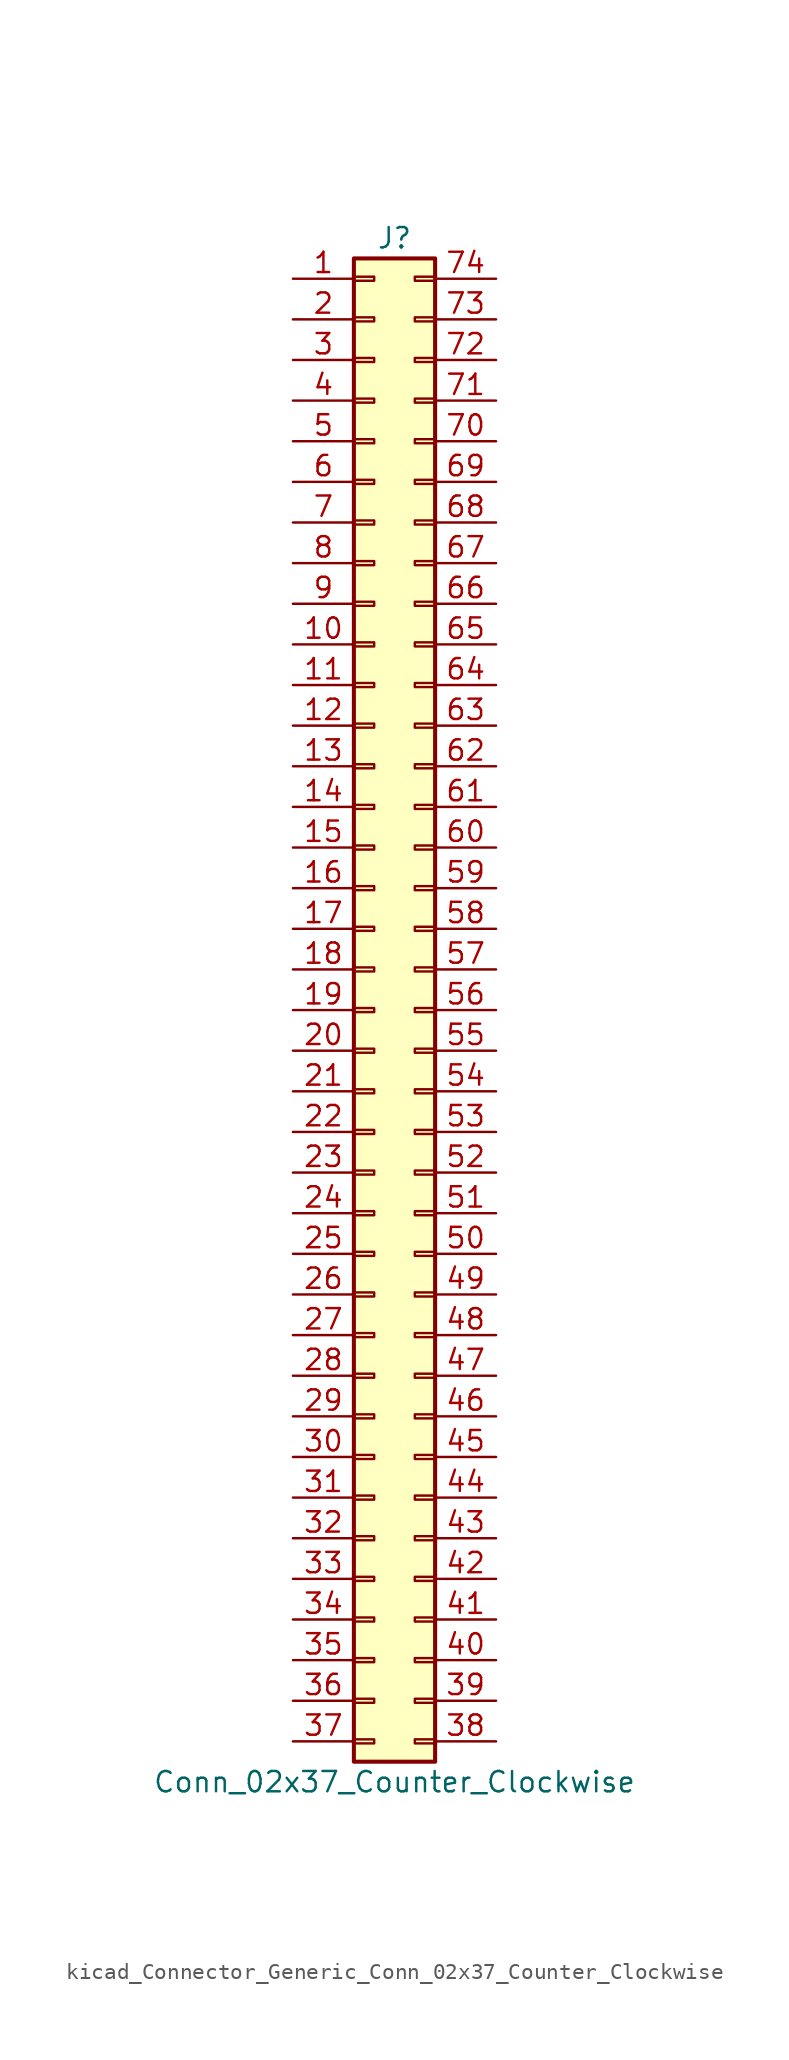
<source format=kicad_sym>
(kicad_symbol_lib
  (version 20220914)
  (generator kicad_symbol_editor)
  (symbol "kicad_Connector_Generic_Conn_02x37_Counter_Clockwise"
    (pin_names
      (offset 1.016) hide)
    (property "Reference" "J"
      (at 1.27 48.26 0)
      (effects (font (size 1.27 1.27))))
    (property "Value" "Conn_02x37_Counter_Clockwise"
      (at 1.27 -48.26 0)
      (effects (font (size 1.27 1.27))))
    (symbol "kicad_Connector_Generic_Conn_02x37_Counter_Clockwise_1_1"
      (rectangle (start -1.27 -45.593) (end 0 -45.847) (stroke (width 0.152) (type default)) (fill (type none)))
      (rectangle (start -1.27 -43.053) (end 0 -43.307) (stroke (width 0.152) (type default)) (fill (type none)))
      (rectangle (start -1.27 -40.513) (end 0 -40.767) (stroke (width 0.152) (type default)) (fill (type none)))
      (rectangle (start -1.27 -37.973) (end 0 -38.227) (stroke (width 0.152) (type default)) (fill (type none)))
      (rectangle (start -1.27 -35.433) (end 0 -35.687) (stroke (width 0.152) (type default)) (fill (type none)))
      (rectangle (start -1.27 -32.893) (end 0 -33.147) (stroke (width 0.152) (type default)) (fill (type none)))
      (rectangle (start -1.27 -30.353) (end 0 -30.607) (stroke (width 0.152) (type default)) (fill (type none)))
      (rectangle (start -1.27 -27.813) (end 0 -28.067) (stroke (width 0.152) (type default)) (fill (type none)))
      (rectangle (start -1.27 -25.273) (end 0 -25.527) (stroke (width 0.152) (type default)) (fill (type none)))
      (rectangle (start -1.27 -22.733) (end 0 -22.987) (stroke (width 0.152) (type default)) (fill (type none)))
      (rectangle (start -1.27 -20.193) (end 0 -20.447) (stroke (width 0.152) (type default)) (fill (type none)))
      (rectangle (start -1.27 -17.653) (end 0 -17.907) (stroke (width 0.152) (type default)) (fill (type none)))
      (rectangle (start -1.27 -15.113) (end 0 -15.367) (stroke (width 0.152) (type default)) (fill (type none)))
      (rectangle (start -1.27 -12.573) (end 0 -12.827) (stroke (width 0.152) (type default)) (fill (type none)))
      (rectangle (start -1.27 -10.033) (end 0 -10.287) (stroke (width 0.152) (type default)) (fill (type none)))
      (rectangle (start -1.27 -7.493) (end 0 -7.747) (stroke (width 0.152) (type default)) (fill (type none)))
      (rectangle (start -1.27 -4.953) (end 0 -5.207) (stroke (width 0.152) (type default)) (fill (type none)))
      (rectangle (start -1.27 -2.413) (end 0 -2.667) (stroke (width 0.152) (type default)) (fill (type none)))
      (rectangle (start -1.27 0.127) (end 0 -0.127) (stroke (width 0.152) (type default)) (fill (type none)))
      (rectangle (start -1.27 2.667) (end 0 2.413) (stroke (width 0.152) (type default)) (fill (type none)))
      (rectangle (start -1.27 5.207) (end 0 4.953) (stroke (width 0.152) (type default)) (fill (type none)))
      (rectangle (start -1.27 7.747) (end 0 7.493) (stroke (width 0.152) (type default)) (fill (type none)))
      (rectangle (start -1.27 10.287) (end 0 10.033) (stroke (width 0.152) (type default)) (fill (type none)))
      (rectangle (start -1.27 12.827) (end 0 12.573) (stroke (width 0.152) (type default)) (fill (type none)))
      (rectangle (start -1.27 15.367) (end 0 15.113) (stroke (width 0.152) (type default)) (fill (type none)))
      (rectangle (start -1.27 17.907) (end 0 17.653) (stroke (width 0.152) (type default)) (fill (type none)))
      (rectangle (start -1.27 20.447) (end 0 20.193) (stroke (width 0.152) (type default)) (fill (type none)))
      (rectangle (start -1.27 22.987) (end 0 22.733) (stroke (width 0.152) (type default)) (fill (type none)))
      (rectangle (start -1.27 25.527) (end 0 25.273) (stroke (width 0.152) (type default)) (fill (type none)))
      (rectangle (start -1.27 28.067) (end 0 27.813) (stroke (width 0.152) (type default)) (fill (type none)))
      (rectangle (start -1.27 30.607) (end 0 30.353) (stroke (width 0.152) (type default)) (fill (type none)))
      (rectangle (start -1.27 33.147) (end 0 32.893) (stroke (width 0.152) (type default)) (fill (type none)))
      (rectangle (start -1.27 35.687) (end 0 35.433) (stroke (width 0.152) (type default)) (fill (type none)))
      (rectangle (start -1.27 38.227) (end 0 37.973) (stroke (width 0.152) (type default)) (fill (type none)))
      (rectangle (start -1.27 40.767) (end 0 40.513) (stroke (width 0.152) (type default)) (fill (type none)))
      (rectangle (start -1.27 43.307) (end 0 43.053) (stroke (width 0.152) (type default)) (fill (type none)))
      (rectangle (start -1.27 45.847) (end 0 45.593) (stroke (width 0.152) (type default)) (fill (type none)))
      (rectangle (start -1.27 46.99) (end 3.81 -46.99) (stroke (width 0.254) (type default)) (fill (type background)))
      (rectangle (start 3.81 -45.593) (end 2.54 -45.847) (stroke (width 0.152) (type default)) (fill (type none)))
      (rectangle (start 3.81 -43.053) (end 2.54 -43.307) (stroke (width 0.152) (type default)) (fill (type none)))
      (rectangle (start 3.81 -40.513) (end 2.54 -40.767) (stroke (width 0.152) (type default)) (fill (type none)))
      (rectangle (start 3.81 -37.973) (end 2.54 -38.227) (stroke (width 0.152) (type default)) (fill (type none)))
      (rectangle (start 3.81 -35.433) (end 2.54 -35.687) (stroke (width 0.152) (type default)) (fill (type none)))
      (rectangle (start 3.81 -32.893) (end 2.54 -33.147) (stroke (width 0.152) (type default)) (fill (type none)))
      (rectangle (start 3.81 -30.353) (end 2.54 -30.607) (stroke (width 0.152) (type default)) (fill (type none)))
      (rectangle (start 3.81 -27.813) (end 2.54 -28.067) (stroke (width 0.152) (type default)) (fill (type none)))
      (rectangle (start 3.81 -25.273) (end 2.54 -25.527) (stroke (width 0.152) (type default)) (fill (type none)))
      (rectangle (start 3.81 -22.733) (end 2.54 -22.987) (stroke (width 0.152) (type default)) (fill (type none)))
      (rectangle (start 3.81 -20.193) (end 2.54 -20.447) (stroke (width 0.152) (type default)) (fill (type none)))
      (rectangle (start 3.81 -17.653) (end 2.54 -17.907) (stroke (width 0.152) (type default)) (fill (type none)))
      (rectangle (start 3.81 -15.113) (end 2.54 -15.367) (stroke (width 0.152) (type default)) (fill (type none)))
      (rectangle (start 3.81 -12.573) (end 2.54 -12.827) (stroke (width 0.152) (type default)) (fill (type none)))
      (rectangle (start 3.81 -10.033) (end 2.54 -10.287) (stroke (width 0.152) (type default)) (fill (type none)))
      (rectangle (start 3.81 -7.493) (end 2.54 -7.747) (stroke (width 0.152) (type default)) (fill (type none)))
      (rectangle (start 3.81 -4.953) (end 2.54 -5.207) (stroke (width 0.152) (type default)) (fill (type none)))
      (rectangle (start 3.81 -2.413) (end 2.54 -2.667) (stroke (width 0.152) (type default)) (fill (type none)))
      (rectangle (start 3.81 0.127) (end 2.54 -0.127) (stroke (width 0.152) (type default)) (fill (type none)))
      (rectangle (start 3.81 2.667) (end 2.54 2.413) (stroke (width 0.152) (type default)) (fill (type none)))
      (rectangle (start 3.81 5.207) (end 2.54 4.953) (stroke (width 0.152) (type default)) (fill (type none)))
      (rectangle (start 3.81 7.747) (end 2.54 7.493) (stroke (width 0.152) (type default)) (fill (type none)))
      (rectangle (start 3.81 10.287) (end 2.54 10.033) (stroke (width 0.152) (type default)) (fill (type none)))
      (rectangle (start 3.81 12.827) (end 2.54 12.573) (stroke (width 0.152) (type default)) (fill (type none)))
      (rectangle (start 3.81 15.367) (end 2.54 15.113) (stroke (width 0.152) (type default)) (fill (type none)))
      (rectangle (start 3.81 17.907) (end 2.54 17.653) (stroke (width 0.152) (type default)) (fill (type none)))
      (rectangle (start 3.81 20.447) (end 2.54 20.193) (stroke (width 0.152) (type default)) (fill (type none)))
      (rectangle (start 3.81 22.987) (end 2.54 22.733) (stroke (width 0.152) (type default)) (fill (type none)))
      (rectangle (start 3.81 25.527) (end 2.54 25.273) (stroke (width 0.152) (type default)) (fill (type none)))
      (rectangle (start 3.81 28.067) (end 2.54 27.813) (stroke (width 0.152) (type default)) (fill (type none)))
      (rectangle (start 3.81 30.607) (end 2.54 30.353) (stroke (width 0.152) (type default)) (fill (type none)))
      (rectangle (start 3.81 33.147) (end 2.54 32.893) (stroke (width 0.152) (type default)) (fill (type none)))
      (rectangle (start 3.81 35.687) (end 2.54 35.433) (stroke (width 0.152) (type default)) (fill (type none)))
      (rectangle (start 3.81 38.227) (end 2.54 37.973) (stroke (width 0.152) (type default)) (fill (type none)))
      (rectangle (start 3.81 40.767) (end 2.54 40.513) (stroke (width 0.152) (type default)) (fill (type none)))
      (rectangle (start 3.81 43.307) (end 2.54 43.053) (stroke (width 0.152) (type default)) (fill (type none)))
      (rectangle (start 3.81 45.847) (end 2.54 45.593) (stroke (width 0.152) (type default)) (fill (type none)))
      (pin passive line (at -5.08 45.72 0) (length 3.81) (name "Pin_1" (effects (font (size 1.27 1.27)))) (number "1" (effects (font (size 1.27 1.27)))))
      (pin passive line (at -5.08 22.86 0) (length 3.81) (name "Pin_10" (effects (font (size 1.27 1.27)))) (number "10" (effects (font (size 1.27 1.27)))))
      (pin passive line (at -5.08 20.32 0) (length 3.81) (name "Pin_11" (effects (font (size 1.27 1.27)))) (number "11" (effects (font (size 1.27 1.27)))))
      (pin passive line (at -5.08 17.78 0) (length 3.81) (name "Pin_12" (effects (font (size 1.27 1.27)))) (number "12" (effects (font (size 1.27 1.27)))))
      (pin passive line (at -5.08 15.24 0) (length 3.81) (name "Pin_13" (effects (font (size 1.27 1.27)))) (number "13" (effects (font (size 1.27 1.27)))))
      (pin passive line (at -5.08 12.7 0) (length 3.81) (name "Pin_14" (effects (font (size 1.27 1.27)))) (number "14" (effects (font (size 1.27 1.27)))))
      (pin passive line (at -5.08 10.16 0) (length 3.81) (name "Pin_15" (effects (font (size 1.27 1.27)))) (number "15" (effects (font (size 1.27 1.27)))))
      (pin passive line (at -5.08 7.62 0) (length 3.81) (name "Pin_16" (effects (font (size 1.27 1.27)))) (number "16" (effects (font (size 1.27 1.27)))))
      (pin passive line (at -5.08 5.08 0) (length 3.81) (name "Pin_17" (effects (font (size 1.27 1.27)))) (number "17" (effects (font (size 1.27 1.27)))))
      (pin passive line (at -5.08 2.54 0) (length 3.81) (name "Pin_18" (effects (font (size 1.27 1.27)))) (number "18" (effects (font (size 1.27 1.27)))))
      (pin passive line (at -5.08 0 0) (length 3.81) (name "Pin_19" (effects (font (size 1.27 1.27)))) (number "19" (effects (font (size 1.27 1.27)))))
      (pin passive line (at -5.08 43.18 0) (length 3.81) (name "Pin_2" (effects (font (size 1.27 1.27)))) (number "2" (effects (font (size 1.27 1.27)))))
      (pin passive line (at -5.08 -2.54 0) (length 3.81) (name "Pin_20" (effects (font (size 1.27 1.27)))) (number "20" (effects (font (size 1.27 1.27)))))
      (pin passive line (at -5.08 -5.08 0) (length 3.81) (name "Pin_21" (effects (font (size 1.27 1.27)))) (number "21" (effects (font (size 1.27 1.27)))))
      (pin passive line (at -5.08 -7.62 0) (length 3.81) (name "Pin_22" (effects (font (size 1.27 1.27)))) (number "22" (effects (font (size 1.27 1.27)))))
      (pin passive line (at -5.08 -10.16 0) (length 3.81) (name "Pin_23" (effects (font (size 1.27 1.27)))) (number "23" (effects (font (size 1.27 1.27)))))
      (pin passive line (at -5.08 -12.7 0) (length 3.81) (name "Pin_24" (effects (font (size 1.27 1.27)))) (number "24" (effects (font (size 1.27 1.27)))))
      (pin passive line (at -5.08 -15.24 0) (length 3.81) (name "Pin_25" (effects (font (size 1.27 1.27)))) (number "25" (effects (font (size 1.27 1.27)))))
      (pin passive line (at -5.08 -17.78 0) (length 3.81) (name "Pin_26" (effects (font (size 1.27 1.27)))) (number "26" (effects (font (size 1.27 1.27)))))
      (pin passive line (at -5.08 -20.32 0) (length 3.81) (name "Pin_27" (effects (font (size 1.27 1.27)))) (number "27" (effects (font (size 1.27 1.27)))))
      (pin passive line (at -5.08 -22.86 0) (length 3.81) (name "Pin_28" (effects (font (size 1.27 1.27)))) (number "28" (effects (font (size 1.27 1.27)))))
      (pin passive line (at -5.08 -25.4 0) (length 3.81) (name "Pin_29" (effects (font (size 1.27 1.27)))) (number "29" (effects (font (size 1.27 1.27)))))
      (pin passive line (at -5.08 40.64 0) (length 3.81) (name "Pin_3" (effects (font (size 1.27 1.27)))) (number "3" (effects (font (size 1.27 1.27)))))
      (pin passive line (at -5.08 -27.94 0) (length 3.81) (name "Pin_30" (effects (font (size 1.27 1.27)))) (number "30" (effects (font (size 1.27 1.27)))))
      (pin passive line (at -5.08 -30.48 0) (length 3.81) (name "Pin_31" (effects (font (size 1.27 1.27)))) (number "31" (effects (font (size 1.27 1.27)))))
      (pin passive line (at -5.08 -33.02 0) (length 3.81) (name "Pin_32" (effects (font (size 1.27 1.27)))) (number "32" (effects (font (size 1.27 1.27)))))
      (pin passive line (at -5.08 -35.56 0) (length 3.81) (name "Pin_33" (effects (font (size 1.27 1.27)))) (number "33" (effects (font (size 1.27 1.27)))))
      (pin passive line (at -5.08 -38.1 0) (length 3.81) (name "Pin_34" (effects (font (size 1.27 1.27)))) (number "34" (effects (font (size 1.27 1.27)))))
      (pin passive line (at -5.08 -40.64 0) (length 3.81) (name "Pin_35" (effects (font (size 1.27 1.27)))) (number "35" (effects (font (size 1.27 1.27)))))
      (pin passive line (at -5.08 -43.18 0) (length 3.81) (name "Pin_36" (effects (font (size 1.27 1.27)))) (number "36" (effects (font (size 1.27 1.27)))))
      (pin passive line (at -5.08 -45.72 0) (length 3.81) (name "Pin_37" (effects (font (size 1.27 1.27)))) (number "37" (effects (font (size 1.27 1.27)))))
      (pin passive line (at 7.62 -45.72 180) (length 3.81) (name "Pin_38" (effects (font (size 1.27 1.27)))) (number "38" (effects (font (size 1.27 1.27)))))
      (pin passive line (at 7.62 -43.18 180) (length 3.81) (name "Pin_39" (effects (font (size 1.27 1.27)))) (number "39" (effects (font (size 1.27 1.27)))))
      (pin passive line (at -5.08 38.1 0) (length 3.81) (name "Pin_4" (effects (font (size 1.27 1.27)))) (number "4" (effects (font (size 1.27 1.27)))))
      (pin passive line (at 7.62 -40.64 180) (length 3.81) (name "Pin_40" (effects (font (size 1.27 1.27)))) (number "40" (effects (font (size 1.27 1.27)))))
      (pin passive line (at 7.62 -38.1 180) (length 3.81) (name "Pin_41" (effects (font (size 1.27 1.27)))) (number "41" (effects (font (size 1.27 1.27)))))
      (pin passive line (at 7.62 -35.56 180) (length 3.81) (name "Pin_42" (effects (font (size 1.27 1.27)))) (number "42" (effects (font (size 1.27 1.27)))))
      (pin passive line (at 7.62 -33.02 180) (length 3.81) (name "Pin_43" (effects (font (size 1.27 1.27)))) (number "43" (effects (font (size 1.27 1.27)))))
      (pin passive line (at 7.62 -30.48 180) (length 3.81) (name "Pin_44" (effects (font (size 1.27 1.27)))) (number "44" (effects (font (size 1.27 1.27)))))
      (pin passive line (at 7.62 -27.94 180) (length 3.81) (name "Pin_45" (effects (font (size 1.27 1.27)))) (number "45" (effects (font (size 1.27 1.27)))))
      (pin passive line (at 7.62 -25.4 180) (length 3.81) (name "Pin_46" (effects (font (size 1.27 1.27)))) (number "46" (effects (font (size 1.27 1.27)))))
      (pin passive line (at 7.62 -22.86 180) (length 3.81) (name "Pin_47" (effects (font (size 1.27 1.27)))) (number "47" (effects (font (size 1.27 1.27)))))
      (pin passive line (at 7.62 -20.32 180) (length 3.81) (name "Pin_48" (effects (font (size 1.27 1.27)))) (number "48" (effects (font (size 1.27 1.27)))))
      (pin passive line (at 7.62 -17.78 180) (length 3.81) (name "Pin_49" (effects (font (size 1.27 1.27)))) (number "49" (effects (font (size 1.27 1.27)))))
      (pin passive line (at -5.08 35.56 0) (length 3.81) (name "Pin_5" (effects (font (size 1.27 1.27)))) (number "5" (effects (font (size 1.27 1.27)))))
      (pin passive line (at 7.62 -15.24 180) (length 3.81) (name "Pin_50" (effects (font (size 1.27 1.27)))) (number "50" (effects (font (size 1.27 1.27)))))
      (pin passive line (at 7.62 -12.7 180) (length 3.81) (name "Pin_51" (effects (font (size 1.27 1.27)))) (number "51" (effects (font (size 1.27 1.27)))))
      (pin passive line (at 7.62 -10.16 180) (length 3.81) (name "Pin_52" (effects (font (size 1.27 1.27)))) (number "52" (effects (font (size 1.27 1.27)))))
      (pin passive line (at 7.62 -7.62 180) (length 3.81) (name "Pin_53" (effects (font (size 1.27 1.27)))) (number "53" (effects (font (size 1.27 1.27)))))
      (pin passive line (at 7.62 -5.08 180) (length 3.81) (name "Pin_54" (effects (font (size 1.27 1.27)))) (number "54" (effects (font (size 1.27 1.27)))))
      (pin passive line (at 7.62 -2.54 180) (length 3.81) (name "Pin_55" (effects (font (size 1.27 1.27)))) (number "55" (effects (font (size 1.27 1.27)))))
      (pin passive line (at 7.62 0 180) (length 3.81) (name "Pin_56" (effects (font (size 1.27 1.27)))) (number "56" (effects (font (size 1.27 1.27)))))
      (pin passive line (at 7.62 2.54 180) (length 3.81) (name "Pin_57" (effects (font (size 1.27 1.27)))) (number "57" (effects (font (size 1.27 1.27)))))
      (pin passive line (at 7.62 5.08 180) (length 3.81) (name "Pin_58" (effects (font (size 1.27 1.27)))) (number "58" (effects (font (size 1.27 1.27)))))
      (pin passive line (at 7.62 7.62 180) (length 3.81) (name "Pin_59" (effects (font (size 1.27 1.27)))) (number "59" (effects (font (size 1.27 1.27)))))
      (pin passive line (at -5.08 33.02 0) (length 3.81) (name "Pin_6" (effects (font (size 1.27 1.27)))) (number "6" (effects (font (size 1.27 1.27)))))
      (pin passive line (at 7.62 10.16 180) (length 3.81) (name "Pin_60" (effects (font (size 1.27 1.27)))) (number "60" (effects (font (size 1.27 1.27)))))
      (pin passive line (at 7.62 12.7 180) (length 3.81) (name "Pin_61" (effects (font (size 1.27 1.27)))) (number "61" (effects (font (size 1.27 1.27)))))
      (pin passive line (at 7.62 15.24 180) (length 3.81) (name "Pin_62" (effects (font (size 1.27 1.27)))) (number "62" (effects (font (size 1.27 1.27)))))
      (pin passive line (at 7.62 17.78 180) (length 3.81) (name "Pin_63" (effects (font (size 1.27 1.27)))) (number "63" (effects (font (size 1.27 1.27)))))
      (pin passive line (at 7.62 20.32 180) (length 3.81) (name "Pin_64" (effects (font (size 1.27 1.27)))) (number "64" (effects (font (size 1.27 1.27)))))
      (pin passive line (at 7.62 22.86 180) (length 3.81) (name "Pin_65" (effects (font (size 1.27 1.27)))) (number "65" (effects (font (size 1.27 1.27)))))
      (pin passive line (at 7.62 25.4 180) (length 3.81) (name "Pin_66" (effects (font (size 1.27 1.27)))) (number "66" (effects (font (size 1.27 1.27)))))
      (pin passive line (at 7.62 27.94 180) (length 3.81) (name "Pin_67" (effects (font (size 1.27 1.27)))) (number "67" (effects (font (size 1.27 1.27)))))
      (pin passive line (at 7.62 30.48 180) (length 3.81) (name "Pin_68" (effects (font (size 1.27 1.27)))) (number "68" (effects (font (size 1.27 1.27)))))
      (pin passive line (at 7.62 33.02 180) (length 3.81) (name "Pin_69" (effects (font (size 1.27 1.27)))) (number "69" (effects (font (size 1.27 1.27)))))
      (pin passive line (at -5.08 30.48 0) (length 3.81) (name "Pin_7" (effects (font (size 1.27 1.27)))) (number "7" (effects (font (size 1.27 1.27)))))
      (pin passive line (at 7.62 35.56 180) (length 3.81) (name "Pin_70" (effects (font (size 1.27 1.27)))) (number "70" (effects (font (size 1.27 1.27)))))
      (pin passive line (at 7.62 38.1 180) (length 3.81) (name "Pin_71" (effects (font (size 1.27 1.27)))) (number "71" (effects (font (size 1.27 1.27)))))
      (pin passive line (at 7.62 40.64 180) (length 3.81) (name "Pin_72" (effects (font (size 1.27 1.27)))) (number "72" (effects (font (size 1.27 1.27)))))
      (pin passive line (at 7.62 43.18 180) (length 3.81) (name "Pin_73" (effects (font (size 1.27 1.27)))) (number "73" (effects (font (size 1.27 1.27)))))
      (pin passive line (at 7.62 45.72 180) (length 3.81) (name "Pin_74" (effects (font (size 1.27 1.27)))) (number "74" (effects (font (size 1.27 1.27)))))
      (pin passive line (at -5.08 27.94 0) (length 3.81) (name "Pin_8" (effects (font (size 1.27 1.27)))) (number "8" (effects (font (size 1.27 1.27)))))
      (pin passive line (at -5.08 25.4 0) (length 3.81) (name "Pin_9" (effects (font (size 1.27 1.27)))) (number "9" (effects (font (size 1.27 1.27))))))))
</source>
